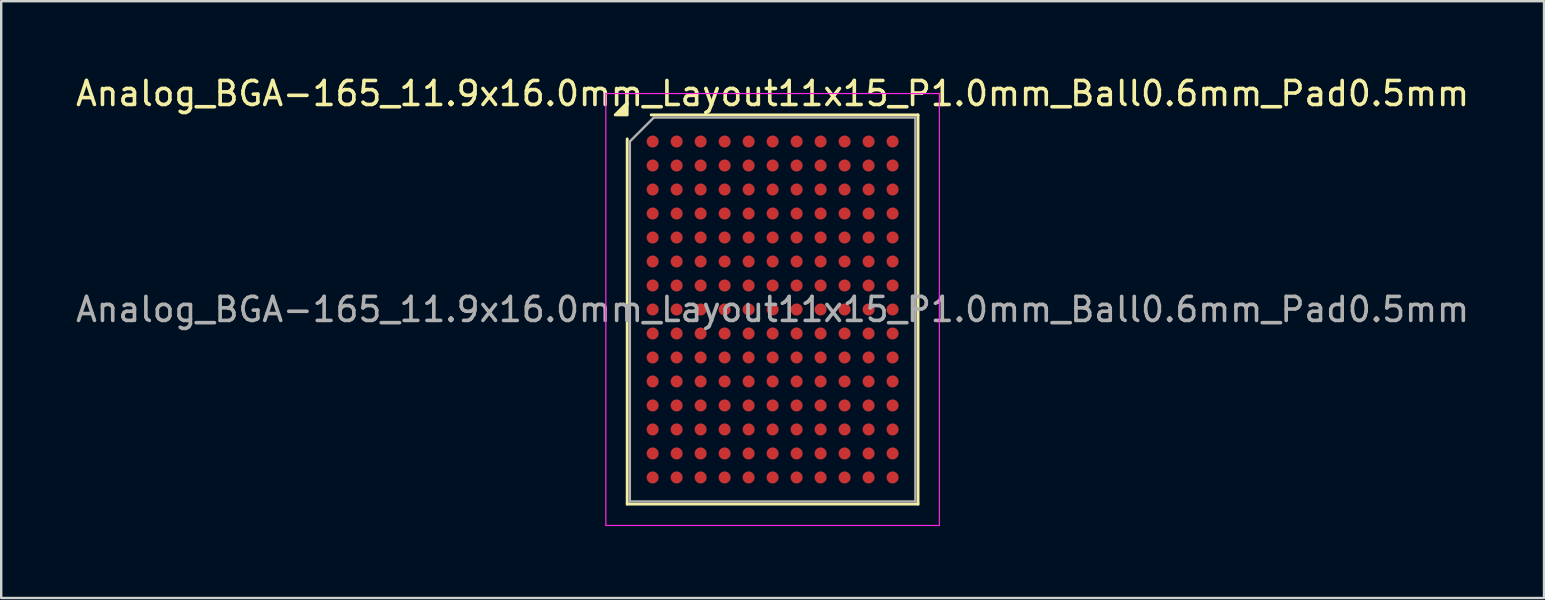
<source format=kicad_pcb>
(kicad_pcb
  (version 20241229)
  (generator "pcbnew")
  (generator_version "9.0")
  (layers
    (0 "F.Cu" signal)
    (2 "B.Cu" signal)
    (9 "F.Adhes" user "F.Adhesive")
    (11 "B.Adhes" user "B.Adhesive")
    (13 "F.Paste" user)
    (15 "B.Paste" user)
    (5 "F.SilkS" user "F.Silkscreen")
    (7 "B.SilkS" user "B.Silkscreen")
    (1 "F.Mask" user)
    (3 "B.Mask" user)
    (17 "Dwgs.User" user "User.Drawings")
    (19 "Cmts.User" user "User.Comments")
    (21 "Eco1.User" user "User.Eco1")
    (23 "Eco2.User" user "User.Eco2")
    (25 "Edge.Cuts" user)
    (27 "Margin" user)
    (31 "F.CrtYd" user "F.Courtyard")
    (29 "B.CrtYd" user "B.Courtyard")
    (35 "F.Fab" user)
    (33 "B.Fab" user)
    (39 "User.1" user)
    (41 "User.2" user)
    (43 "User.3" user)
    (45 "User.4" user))
  (footprint "Analog_BGA-165_11.9x16.0mm_Layout11x15_P1.0mm_Ball0.6mm_Pad0.5mm"
    (layer "F.Cu")
    (at 29.149 9.848)
    (property "Reference" "Analog_BGA-165_11.9x16.0mm_Layout11x15_P1.0mm_Ball0.6mm_Pad0.5mm" (at 0 -9 0) (layer "F.SilkS") (effects (font (size 1 1) (thickness 0.15))))
    (attr smd)
    (fp_line (start -6.06 8.11) (end -6.06 -7.11) (stroke (width 0.12) (type solid)) (layer "F.SilkS"))
    (fp_line (start -5.06 -8.11) (end 6.06 -8.11) (stroke (width 0.12) (type solid)) (layer "F.SilkS"))
    (fp_line (start 6.06 -8.11) (end 6.06 8.11) (stroke (width 0.12) (type solid)) (layer "F.SilkS"))
    (fp_line (start 6.06 8.11) (end -6.06 8.11) (stroke (width 0.12) (type solid)) (layer "F.SilkS"))
    (fp_poly (pts (xy -6.06 -8.11) (xy -6.56 -8.11) (xy -6.06 -8.61) (xy -6.06 -8.11)) (stroke (width 0.12) (type solid)) (fill yes) (layer "F.SilkS"))
    (fp_line (start -6.95 -9) (end -6.95 9) (stroke (width 0.05) (type solid)) (layer "F.CrtYd"))
    (fp_line (start -6.95 9) (end 6.95 9) (stroke (width 0.05) (type solid)) (layer "F.CrtYd"))
    (fp_line (start 6.95 -9) (end -6.95 -9) (stroke (width 0.05) (type solid)) (layer "F.CrtYd"))
    (fp_line (start 6.95 9) (end 6.95 -9) (stroke (width 0.05) (type solid)) (layer "F.CrtYd"))
    (fp_line (start -5.95 -7) (end -4.95 -8) (stroke (width 0.1) (type solid)) (layer "F.Fab"))
    (fp_line (start -5.95 8) (end -5.95 -7) (stroke (width 0.1) (type solid)) (layer "F.Fab"))
    (fp_line (start -4.95 -8) (end 5.95 -8) (stroke (width 0.1) (type solid)) (layer "F.Fab"))
    (fp_line (start 5.95 -8) (end 5.95 8) (stroke (width 0.1) (type solid)) (layer "F.Fab"))
    (fp_line (start 5.95 8) (end -5.95 8) (stroke (width 0.1) (type solid)) (layer "F.Fab"))
    (fp_text user "${REFERENCE}" (at 0 0 0) (layer "F.Fab") (effects (font (size 1 1) (thickness 0.15))))
    (pad "A1" smd circle (at -5 -7) (size 0.5 0.5) (property pad_prop_bga) (layers "F.Cu" "F.Mask" "F.Paste"))
    (pad "A2" smd circle (at -4 -7) (size 0.5 0.5) (property pad_prop_bga) (layers "F.Cu" "F.Mask" "F.Paste"))
    (pad "A3" smd circle (at -3 -7) (size 0.5 0.5) (property pad_prop_bga) (layers "F.Cu" "F.Mask" "F.Paste"))
    (pad "A4" smd circle (at -2 -7) (size 0.5 0.5) (property pad_prop_bga) (layers "F.Cu" "F.Mask" "F.Paste"))
    (pad "A5" smd circle (at -1 -7) (size 0.5 0.5) (property pad_prop_bga) (layers "F.Cu" "F.Mask" "F.Paste"))
    (pad "A6" smd circle (at 0 -7) (size 0.5 0.5) (property pad_prop_bga) (layers "F.Cu" "F.Mask" "F.Paste"))
    (pad "A7" smd circle (at 1 -7) (size 0.5 0.5) (property pad_prop_bga) (layers "F.Cu" "F.Mask" "F.Paste"))
    (pad "A8" smd circle (at 2 -7) (size 0.5 0.5) (property pad_prop_bga) (layers "F.Cu" "F.Mask" "F.Paste"))
    (pad "A9" smd circle (at 3 -7) (size 0.5 0.5) (property pad_prop_bga) (layers "F.Cu" "F.Mask" "F.Paste"))
    (pad "A10" smd circle (at 4 -7) (size 0.5 0.5) (property pad_prop_bga) (layers "F.Cu" "F.Mask" "F.Paste"))
    (pad "A11" smd circle (at 5 -7) (size 0.5 0.5) (property pad_prop_bga) (layers "F.Cu" "F.Mask" "F.Paste"))
    (pad "B1" smd circle (at -5 -6) (size 0.5 0.5) (property pad_prop_bga) (layers "F.Cu" "F.Mask" "F.Paste"))
    (pad "B2" smd circle (at -4 -6) (size 0.5 0.5) (property pad_prop_bga) (layers "F.Cu" "F.Mask" "F.Paste"))
    (pad "B3" smd circle (at -3 -6) (size 0.5 0.5) (property pad_prop_bga) (layers "F.Cu" "F.Mask" "F.Paste"))
    (pad "B4" smd circle (at -2 -6) (size 0.5 0.5) (property pad_prop_bga) (layers "F.Cu" "F.Mask" "F.Paste"))
    (pad "B5" smd circle (at -1 -6) (size 0.5 0.5) (property pad_prop_bga) (layers "F.Cu" "F.Mask" "F.Paste"))
    (pad "B6" smd circle (at 0 -6) (size 0.5 0.5) (property pad_prop_bga) (layers "F.Cu" "F.Mask" "F.Paste"))
    (pad "B7" smd circle (at 1 -6) (size 0.5 0.5) (property pad_prop_bga) (layers "F.Cu" "F.Mask" "F.Paste"))
    (pad "B8" smd circle (at 2 -6) (size 0.5 0.5) (property pad_prop_bga) (layers "F.Cu" "F.Mask" "F.Paste"))
    (pad "B9" smd circle (at 3 -6) (size 0.5 0.5) (property pad_prop_bga) (layers "F.Cu" "F.Mask" "F.Paste"))
    (pad "B10" smd circle (at 4 -6) (size 0.5 0.5) (property pad_prop_bga) (layers "F.Cu" "F.Mask" "F.Paste"))
    (pad "B11" smd circle (at 5 -6) (size 0.5 0.5) (property pad_prop_bga) (layers "F.Cu" "F.Mask" "F.Paste"))
    (pad "C1" smd circle (at -5 -5) (size 0.5 0.5) (property pad_prop_bga) (layers "F.Cu" "F.Mask" "F.Paste"))
    (pad "C2" smd circle (at -4 -5) (size 0.5 0.5) (property pad_prop_bga) (layers "F.Cu" "F.Mask" "F.Paste"))
    (pad "C3" smd circle (at -3 -5) (size 0.5 0.5) (property pad_prop_bga) (layers "F.Cu" "F.Mask" "F.Paste"))
    (pad "C4" smd circle (at -2 -5) (size 0.5 0.5) (property pad_prop_bga) (layers "F.Cu" "F.Mask" "F.Paste"))
    (pad "C5" smd circle (at -1 -5) (size 0.5 0.5) (property pad_prop_bga) (layers "F.Cu" "F.Mask" "F.Paste"))
    (pad "C6" smd circle (at 0 -5) (size 0.5 0.5) (property pad_prop_bga) (layers "F.Cu" "F.Mask" "F.Paste"))
    (pad "C7" smd circle (at 1 -5) (size 0.5 0.5) (property pad_prop_bga) (layers "F.Cu" "F.Mask" "F.Paste"))
    (pad "C8" smd circle (at 2 -5) (size 0.5 0.5) (property pad_prop_bga) (layers "F.Cu" "F.Mask" "F.Paste"))
    (pad "C9" smd circle (at 3 -5) (size 0.5 0.5) (property pad_prop_bga) (layers "F.Cu" "F.Mask" "F.Paste"))
    (pad "C10" smd circle (at 4 -5) (size 0.5 0.5) (property pad_prop_bga) (layers "F.Cu" "F.Mask" "F.Paste"))
    (pad "C11" smd circle (at 5 -5) (size 0.5 0.5) (property pad_prop_bga) (layers "F.Cu" "F.Mask" "F.Paste"))
    (pad "D1" smd circle (at -5 -4) (size 0.5 0.5) (property pad_prop_bga) (layers "F.Cu" "F.Mask" "F.Paste"))
    (pad "D2" smd circle (at -4 -4) (size 0.5 0.5) (property pad_prop_bga) (layers "F.Cu" "F.Mask" "F.Paste"))
    (pad "D3" smd circle (at -3 -4) (size 0.5 0.5) (property pad_prop_bga) (layers "F.Cu" "F.Mask" "F.Paste"))
    (pad "D4" smd circle (at -2 -4) (size 0.5 0.5) (property pad_prop_bga) (layers "F.Cu" "F.Mask" "F.Paste"))
    (pad "D5" smd circle (at -1 -4) (size 0.5 0.5) (property pad_prop_bga) (layers "F.Cu" "F.Mask" "F.Paste"))
    (pad "D6" smd circle (at 0 -4) (size 0.5 0.5) (property pad_prop_bga) (layers "F.Cu" "F.Mask" "F.Paste"))
    (pad "D7" smd circle (at 1 -4) (size 0.5 0.5) (property pad_prop_bga) (layers "F.Cu" "F.Mask" "F.Paste"))
    (pad "D8" smd circle (at 2 -4) (size 0.5 0.5) (property pad_prop_bga) (layers "F.Cu" "F.Mask" "F.Paste"))
    (pad "D9" smd circle (at 3 -4) (size 0.5 0.5) (property pad_prop_bga) (layers "F.Cu" "F.Mask" "F.Paste"))
    (pad "D10" smd circle (at 4 -4) (size 0.5 0.5) (property pad_prop_bga) (layers "F.Cu" "F.Mask" "F.Paste"))
    (pad "D11" smd circle (at 5 -4) (size 0.5 0.5) (property pad_prop_bga) (layers "F.Cu" "F.Mask" "F.Paste"))
    (pad "E1" smd circle (at -5 -3) (size 0.5 0.5) (property pad_prop_bga) (layers "F.Cu" "F.Mask" "F.Paste"))
    (pad "E2" smd circle (at -4 -3) (size 0.5 0.5) (property pad_prop_bga) (layers "F.Cu" "F.Mask" "F.Paste"))
    (pad "E3" smd circle (at -3 -3) (size 0.5 0.5) (property pad_prop_bga) (layers "F.Cu" "F.Mask" "F.Paste"))
    (pad "E4" smd circle (at -2 -3) (size 0.5 0.5) (property pad_prop_bga) (layers "F.Cu" "F.Mask" "F.Paste"))
    (pad "E5" smd circle (at -1 -3) (size 0.5 0.5) (property pad_prop_bga) (layers "F.Cu" "F.Mask" "F.Paste"))
    (pad "E6" smd circle (at 0 -3) (size 0.5 0.5) (property pad_prop_bga) (layers "F.Cu" "F.Mask" "F.Paste"))
    (pad "E7" smd circle (at 1 -3) (size 0.5 0.5) (property pad_prop_bga) (layers "F.Cu" "F.Mask" "F.Paste"))
    (pad "E8" smd circle (at 2 -3) (size 0.5 0.5) (property pad_prop_bga) (layers "F.Cu" "F.Mask" "F.Paste"))
    (pad "E9" smd circle (at 3 -3) (size 0.5 0.5) (property pad_prop_bga) (layers "F.Cu" "F.Mask" "F.Paste"))
    (pad "E10" smd circle (at 4 -3) (size 0.5 0.5) (property pad_prop_bga) (layers "F.Cu" "F.Mask" "F.Paste"))
    (pad "E11" smd circle (at 5 -3) (size 0.5 0.5) (property pad_prop_bga) (layers "F.Cu" "F.Mask" "F.Paste"))
    (pad "F1" smd circle (at -5 -2) (size 0.5 0.5) (property pad_prop_bga) (layers "F.Cu" "F.Mask" "F.Paste"))
    (pad "F2" smd circle (at -4 -2) (size 0.5 0.5) (property pad_prop_bga) (layers "F.Cu" "F.Mask" "F.Paste"))
    (pad "F3" smd circle (at -3 -2) (size 0.5 0.5) (property pad_prop_bga) (layers "F.Cu" "F.Mask" "F.Paste"))
    (pad "F4" smd circle (at -2 -2) (size 0.5 0.5) (property pad_prop_bga) (layers "F.Cu" "F.Mask" "F.Paste"))
    (pad "F5" smd circle (at -1 -2) (size 0.5 0.5) (property pad_prop_bga) (layers "F.Cu" "F.Mask" "F.Paste"))
    (pad "F6" smd circle (at 0 -2) (size 0.5 0.5) (property pad_prop_bga) (layers "F.Cu" "F.Mask" "F.Paste"))
    (pad "F7" smd circle (at 1 -2) (size 0.5 0.5) (property pad_prop_bga) (layers "F.Cu" "F.Mask" "F.Paste"))
    (pad "F8" smd circle (at 2 -2) (size 0.5 0.5) (property pad_prop_bga) (layers "F.Cu" "F.Mask" "F.Paste"))
    (pad "F9" smd circle (at 3 -2) (size 0.5 0.5) (property pad_prop_bga) (layers "F.Cu" "F.Mask" "F.Paste"))
    (pad "F10" smd circle (at 4 -2) (size 0.5 0.5) (property pad_prop_bga) (layers "F.Cu" "F.Mask" "F.Paste"))
    (pad "F11" smd circle (at 5 -2) (size 0.5 0.5) (property pad_prop_bga) (layers "F.Cu" "F.Mask" "F.Paste"))
    (pad "G1" smd circle (at -5 -1) (size 0.5 0.5) (property pad_prop_bga) (layers "F.Cu" "F.Mask" "F.Paste"))
    (pad "G2" smd circle (at -4 -1) (size 0.5 0.5) (property pad_prop_bga) (layers "F.Cu" "F.Mask" "F.Paste"))
    (pad "G3" smd circle (at -3 -1) (size 0.5 0.5) (property pad_prop_bga) (layers "F.Cu" "F.Mask" "F.Paste"))
    (pad "G4" smd circle (at -2 -1) (size 0.5 0.5) (property pad_prop_bga) (layers "F.Cu" "F.Mask" "F.Paste"))
    (pad "G5" smd circle (at -1 -1) (size 0.5 0.5) (property pad_prop_bga) (layers "F.Cu" "F.Mask" "F.Paste"))
    (pad "G6" smd circle (at 0 -1) (size 0.5 0.5) (property pad_prop_bga) (layers "F.Cu" "F.Mask" "F.Paste"))
    (pad "G7" smd circle (at 1 -1) (size 0.5 0.5) (property pad_prop_bga) (layers "F.Cu" "F.Mask" "F.Paste"))
    (pad "G8" smd circle (at 2 -1) (size 0.5 0.5) (property pad_prop_bga) (layers "F.Cu" "F.Mask" "F.Paste"))
    (pad "G9" smd circle (at 3 -1) (size 0.5 0.5) (property pad_prop_bga) (layers "F.Cu" "F.Mask" "F.Paste"))
    (pad "G10" smd circle (at 4 -1) (size 0.5 0.5) (property pad_prop_bga) (layers "F.Cu" "F.Mask" "F.Paste"))
    (pad "G11" smd circle (at 5 -1) (size 0.5 0.5) (property pad_prop_bga) (layers "F.Cu" "F.Mask" "F.Paste"))
    (pad "H1" smd circle (at -5 0) (size 0.5 0.5) (property pad_prop_bga) (layers "F.Cu" "F.Mask" "F.Paste"))
    (pad "H2" smd circle (at -4 0) (size 0.5 0.5) (property pad_prop_bga) (layers "F.Cu" "F.Mask" "F.Paste"))
    (pad "H3" smd circle (at -3 0) (size 0.5 0.5) (property pad_prop_bga) (layers "F.Cu" "F.Mask" "F.Paste"))
    (pad "H4" smd circle (at -2 0) (size 0.5 0.5) (property pad_prop_bga) (layers "F.Cu" "F.Mask" "F.Paste"))
    (pad "H5" smd circle (at -1 0) (size 0.5 0.5) (property pad_prop_bga) (layers "F.Cu" "F.Mask" "F.Paste"))
    (pad "H6" smd circle (at 0 0) (size 0.5 0.5) (property pad_prop_bga) (layers "F.Cu" "F.Mask" "F.Paste"))
    (pad "H7" smd circle (at 1 0) (size 0.5 0.5) (property pad_prop_bga) (layers "F.Cu" "F.Mask" "F.Paste"))
    (pad "H8" smd circle (at 2 0) (size 0.5 0.5) (property pad_prop_bga) (layers "F.Cu" "F.Mask" "F.Paste"))
    (pad "H9" smd circle (at 3 0) (size 0.5 0.5) (property pad_prop_bga) (layers "F.Cu" "F.Mask" "F.Paste"))
    (pad "H10" smd circle (at 4 0) (size 0.5 0.5) (property pad_prop_bga) (layers "F.Cu" "F.Mask" "F.Paste"))
    (pad "H11" smd circle (at 5 0) (size 0.5 0.5) (property pad_prop_bga) (layers "F.Cu" "F.Mask" "F.Paste"))
    (pad "J1" smd circle (at -5 1) (size 0.5 0.5) (property pad_prop_bga) (layers "F.Cu" "F.Mask" "F.Paste"))
    (pad "J2" smd circle (at -4 1) (size 0.5 0.5) (property pad_prop_bga) (layers "F.Cu" "F.Mask" "F.Paste"))
    (pad "J3" smd circle (at -3 1) (size 0.5 0.5) (property pad_prop_bga) (layers "F.Cu" "F.Mask" "F.Paste"))
    (pad "J4" smd circle (at -2 1) (size 0.5 0.5) (property pad_prop_bga) (layers "F.Cu" "F.Mask" "F.Paste"))
    (pad "J5" smd circle (at -1 1) (size 0.5 0.5) (property pad_prop_bga) (layers "F.Cu" "F.Mask" "F.Paste"))
    (pad "J6" smd circle (at 0 1) (size 0.5 0.5) (property pad_prop_bga) (layers "F.Cu" "F.Mask" "F.Paste"))
    (pad "J7" smd circle (at 1 1) (size 0.5 0.5) (property pad_prop_bga) (layers "F.Cu" "F.Mask" "F.Paste"))
    (pad "J8" smd circle (at 2 1) (size 0.5 0.5) (property pad_prop_bga) (layers "F.Cu" "F.Mask" "F.Paste"))
    (pad "J9" smd circle (at 3 1) (size 0.5 0.5) (property pad_prop_bga) (layers "F.Cu" "F.Mask" "F.Paste"))
    (pad "J10" smd circle (at 4 1) (size 0.5 0.5) (property pad_prop_bga) (layers "F.Cu" "F.Mask" "F.Paste"))
    (pad "J11" smd circle (at 5 1) (size 0.5 0.5) (property pad_prop_bga) (layers "F.Cu" "F.Mask" "F.Paste"))
    (pad "K1" smd circle (at -5 2) (size 0.5 0.5) (property pad_prop_bga) (layers "F.Cu" "F.Mask" "F.Paste"))
    (pad "K2" smd circle (at -4 2) (size 0.5 0.5) (property pad_prop_bga) (layers "F.Cu" "F.Mask" "F.Paste"))
    (pad "K3" smd circle (at -3 2) (size 0.5 0.5) (property pad_prop_bga) (layers "F.Cu" "F.Mask" "F.Paste"))
    (pad "K4" smd circle (at -2 2) (size 0.5 0.5) (property pad_prop_bga) (layers "F.Cu" "F.Mask" "F.Paste"))
    (pad "K5" smd circle (at -1 2) (size 0.5 0.5) (property pad_prop_bga) (layers "F.Cu" "F.Mask" "F.Paste"))
    (pad "K6" smd circle (at 0 2) (size 0.5 0.5) (property pad_prop_bga) (layers "F.Cu" "F.Mask" "F.Paste"))
    (pad "K7" smd circle (at 1 2) (size 0.5 0.5) (property pad_prop_bga) (layers "F.Cu" "F.Mask" "F.Paste"))
    (pad "K8" smd circle (at 2 2) (size 0.5 0.5) (property pad_prop_bga) (layers "F.Cu" "F.Mask" "F.Paste"))
    (pad "K9" smd circle (at 3 2) (size 0.5 0.5) (property pad_prop_bga) (layers "F.Cu" "F.Mask" "F.Paste"))
    (pad "K10" smd circle (at 4 2) (size 0.5 0.5) (property pad_prop_bga) (layers "F.Cu" "F.Mask" "F.Paste"))
    (pad "K11" smd circle (at 5 2) (size 0.5 0.5) (property pad_prop_bga) (layers "F.Cu" "F.Mask" "F.Paste"))
    (pad "L1" smd circle (at -5 3) (size 0.5 0.5) (property pad_prop_bga) (layers "F.Cu" "F.Mask" "F.Paste"))
    (pad "L2" smd circle (at -4 3) (size 0.5 0.5) (property pad_prop_bga) (layers "F.Cu" "F.Mask" "F.Paste"))
    (pad "L3" smd circle (at -3 3) (size 0.5 0.5) (property pad_prop_bga) (layers "F.Cu" "F.Mask" "F.Paste"))
    (pad "L4" smd circle (at -2 3) (size 0.5 0.5) (property pad_prop_bga) (layers "F.Cu" "F.Mask" "F.Paste"))
    (pad "L5" smd circle (at -1 3) (size 0.5 0.5) (property pad_prop_bga) (layers "F.Cu" "F.Mask" "F.Paste"))
    (pad "L6" smd circle (at 0 3) (size 0.5 0.5) (property pad_prop_bga) (layers "F.Cu" "F.Mask" "F.Paste"))
    (pad "L7" smd circle (at 1 3) (size 0.5 0.5) (property pad_prop_bga) (layers "F.Cu" "F.Mask" "F.Paste"))
    (pad "L8" smd circle (at 2 3) (size 0.5 0.5) (property pad_prop_bga) (layers "F.Cu" "F.Mask" "F.Paste"))
    (pad "L9" smd circle (at 3 3) (size 0.5 0.5) (property pad_prop_bga) (layers "F.Cu" "F.Mask" "F.Paste"))
    (pad "L10" smd circle (at 4 3) (size 0.5 0.5) (property pad_prop_bga) (layers "F.Cu" "F.Mask" "F.Paste"))
    (pad "L11" smd circle (at 5 3) (size 0.5 0.5) (property pad_prop_bga) (layers "F.Cu" "F.Mask" "F.Paste"))
    (pad "M1" smd circle (at -5 4) (size 0.5 0.5) (property pad_prop_bga) (layers "F.Cu" "F.Mask" "F.Paste"))
    (pad "M2" smd circle (at -4 4) (size 0.5 0.5) (property pad_prop_bga) (layers "F.Cu" "F.Mask" "F.Paste"))
    (pad "M3" smd circle (at -3 4) (size 0.5 0.5) (property pad_prop_bga) (layers "F.Cu" "F.Mask" "F.Paste"))
    (pad "M4" smd circle (at -2 4) (size 0.5 0.5) (property pad_prop_bga) (layers "F.Cu" "F.Mask" "F.Paste"))
    (pad "M5" smd circle (at -1 4) (size 0.5 0.5) (property pad_prop_bga) (layers "F.Cu" "F.Mask" "F.Paste"))
    (pad "M6" smd circle (at 0 4) (size 0.5 0.5) (property pad_prop_bga) (layers "F.Cu" "F.Mask" "F.Paste"))
    (pad "M7" smd circle (at 1 4) (size 0.5 0.5) (property pad_prop_bga) (layers "F.Cu" "F.Mask" "F.Paste"))
    (pad "M8" smd circle (at 2 4) (size 0.5 0.5) (property pad_prop_bga) (layers "F.Cu" "F.Mask" "F.Paste"))
    (pad "M9" smd circle (at 3 4) (size 0.5 0.5) (property pad_prop_bga) (layers "F.Cu" "F.Mask" "F.Paste"))
    (pad "M10" smd circle (at 4 4) (size 0.5 0.5) (property pad_prop_bga) (layers "F.Cu" "F.Mask" "F.Paste"))
    (pad "M11" smd circle (at 5 4) (size 0.5 0.5) (property pad_prop_bga) (layers "F.Cu" "F.Mask" "F.Paste"))
    (pad "N1" smd circle (at -5 5) (size 0.5 0.5) (property pad_prop_bga) (layers "F.Cu" "F.Mask" "F.Paste"))
    (pad "N2" smd circle (at -4 5) (size 0.5 0.5) (property pad_prop_bga) (layers "F.Cu" "F.Mask" "F.Paste"))
    (pad "N3" smd circle (at -3 5) (size 0.5 0.5) (property pad_prop_bga) (layers "F.Cu" "F.Mask" "F.Paste"))
    (pad "N4" smd circle (at -2 5) (size 0.5 0.5) (property pad_prop_bga) (layers "F.Cu" "F.Mask" "F.Paste"))
    (pad "N5" smd circle (at -1 5) (size 0.5 0.5) (property pad_prop_bga) (layers "F.Cu" "F.Mask" "F.Paste"))
    (pad "N6" smd circle (at 0 5) (size 0.5 0.5) (property pad_prop_bga) (layers "F.Cu" "F.Mask" "F.Paste"))
    (pad "N7" smd circle (at 1 5) (size 0.5 0.5) (property pad_prop_bga) (layers "F.Cu" "F.Mask" "F.Paste"))
    (pad "N8" smd circle (at 2 5) (size 0.5 0.5) (property pad_prop_bga) (layers "F.Cu" "F.Mask" "F.Paste"))
    (pad "N9" smd circle (at 3 5) (size 0.5 0.5) (property pad_prop_bga) (layers "F.Cu" "F.Mask" "F.Paste"))
    (pad "N10" smd circle (at 4 5) (size 0.5 0.5) (property pad_prop_bga) (layers "F.Cu" "F.Mask" "F.Paste"))
    (pad "N11" smd circle (at 5 5) (size 0.5 0.5) (property pad_prop_bga) (layers "F.Cu" "F.Mask" "F.Paste"))
    (pad "P1" smd circle (at -5 6) (size 0.5 0.5) (property pad_prop_bga) (layers "F.Cu" "F.Mask" "F.Paste"))
    (pad "P2" smd circle (at -4 6) (size 0.5 0.5) (property pad_prop_bga) (layers "F.Cu" "F.Mask" "F.Paste"))
    (pad "P3" smd circle (at -3 6) (size 0.5 0.5) (property pad_prop_bga) (layers "F.Cu" "F.Mask" "F.Paste"))
    (pad "P4" smd circle (at -2 6) (size 0.5 0.5) (property pad_prop_bga) (layers "F.Cu" "F.Mask" "F.Paste"))
    (pad "P5" smd circle (at -1 6) (size 0.5 0.5) (property pad_prop_bga) (layers "F.Cu" "F.Mask" "F.Paste"))
    (pad "P6" smd circle (at 0 6) (size 0.5 0.5) (property pad_prop_bga) (layers "F.Cu" "F.Mask" "F.Paste"))
    (pad "P7" smd circle (at 1 6) (size 0.5 0.5) (property pad_prop_bga) (layers "F.Cu" "F.Mask" "F.Paste"))
    (pad "P8" smd circle (at 2 6) (size 0.5 0.5) (property pad_prop_bga) (layers "F.Cu" "F.Mask" "F.Paste"))
    (pad "P9" smd circle (at 3 6) (size 0.5 0.5) (property pad_prop_bga) (layers "F.Cu" "F.Mask" "F.Paste"))
    (pad "P10" smd circle (at 4 6) (size 0.5 0.5) (property pad_prop_bga) (layers "F.Cu" "F.Mask" "F.Paste"))
    (pad "P11" smd circle (at 5 6) (size 0.5 0.5) (property pad_prop_bga) (layers "F.Cu" "F.Mask" "F.Paste"))
    (pad "R1" smd circle (at -5 7) (size 0.5 0.5) (property pad_prop_bga) (layers "F.Cu" "F.Mask" "F.Paste"))
    (pad "R2" smd circle (at -4 7) (size 0.5 0.5) (property pad_prop_bga) (layers "F.Cu" "F.Mask" "F.Paste"))
    (pad "R3" smd circle (at -3 7) (size 0.5 0.5) (property pad_prop_bga) (layers "F.Cu" "F.Mask" "F.Paste"))
    (pad "R4" smd circle (at -2 7) (size 0.5 0.5) (property pad_prop_bga) (layers "F.Cu" "F.Mask" "F.Paste"))
    (pad "R5" smd circle (at -1 7) (size 0.5 0.5) (property pad_prop_bga) (layers "F.Cu" "F.Mask" "F.Paste"))
    (pad "R6" smd circle (at 0 7) (size 0.5 0.5) (property pad_prop_bga) (layers "F.Cu" "F.Mask" "F.Paste"))
    (pad "R7" smd circle (at 1 7) (size 0.5 0.5) (property pad_prop_bga) (layers "F.Cu" "F.Mask" "F.Paste"))
    (pad "R8" smd circle (at 2 7) (size 0.5 0.5) (property pad_prop_bga) (layers "F.Cu" "F.Mask" "F.Paste"))
    (pad "R9" smd circle (at 3 7) (size 0.5 0.5) (property pad_prop_bga) (layers "F.Cu" "F.Mask" "F.Paste"))
    (pad "R10" smd circle (at 4 7) (size 0.5 0.5) (property pad_prop_bga) (layers "F.Cu" "F.Mask" "F.Paste"))
    (pad "R11" smd circle (at 5 7) (size 0.5 0.5) (property pad_prop_bga) (layers "F.Cu" "F.Mask" "F.Paste")))
  (gr_rect
    (start -3 -3)
    (end 61.298 21.873)
    (stroke (width 0.1) (type default))
    (fill no)
    (layer "Edge.Cuts")))
</source>
